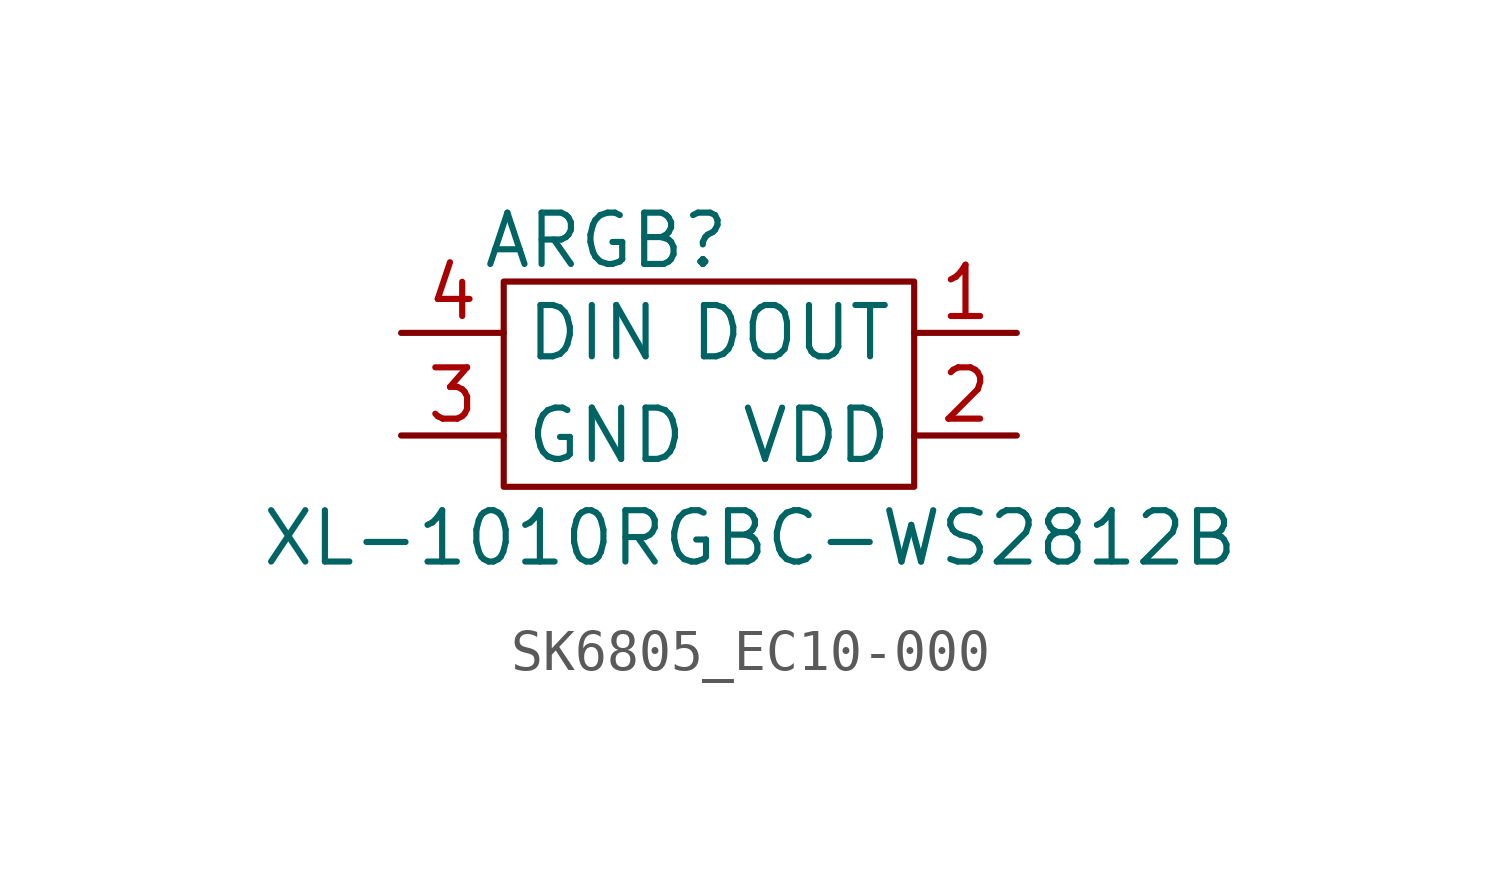
<source format=kicad_sym>
(kicad_symbol_lib
  (version 20231120)
  (generator "kicad_symbol_editor")
  (generator_version "8.0")
  (symbol "SK6805_EC10-000"
    (property "Reference" "ARGB"
      (at -2.54 3.556 0)
      (effects (font (size 1.27 1.27))))
    (property "Value" "XL-1010RGBC-WS2812B"
      (at 1.016 -3.81 0)
      (effects (font (size 1.27 1.27))))
    (symbol "SK6805_EC10-000_1_1"
      (rectangle (start -5.08 2.54) (end 5.08 -2.54) (stroke (width 0) (type default)) (fill (type none)))
      (pin passive line (at 7.62 1.27 180) (length 2.54) (name "DOUT" (effects (font (size 1.27 1.27)))) (number "1" (effects (font (size 1.27 1.27)))))
      (pin passive line (at 7.62 -1.27 180) (length 2.54) (name "VDD" (effects (font (size 1.27 1.27)))) (number "2" (effects (font (size 1.27 1.27)))))
      (pin passive line (at -7.62 -1.27 0) (length 2.54) (name "GND" (effects (font (size 1.27 1.27)))) (number "3" (effects (font (size 1.27 1.27)))))
      (pin passive line (at -7.62 1.27 0) (length 2.54) (name "DIN" (effects (font (size 1.27 1.27)))) (number "4" (effects (font (size 1.27 1.27))))))))
</source>
